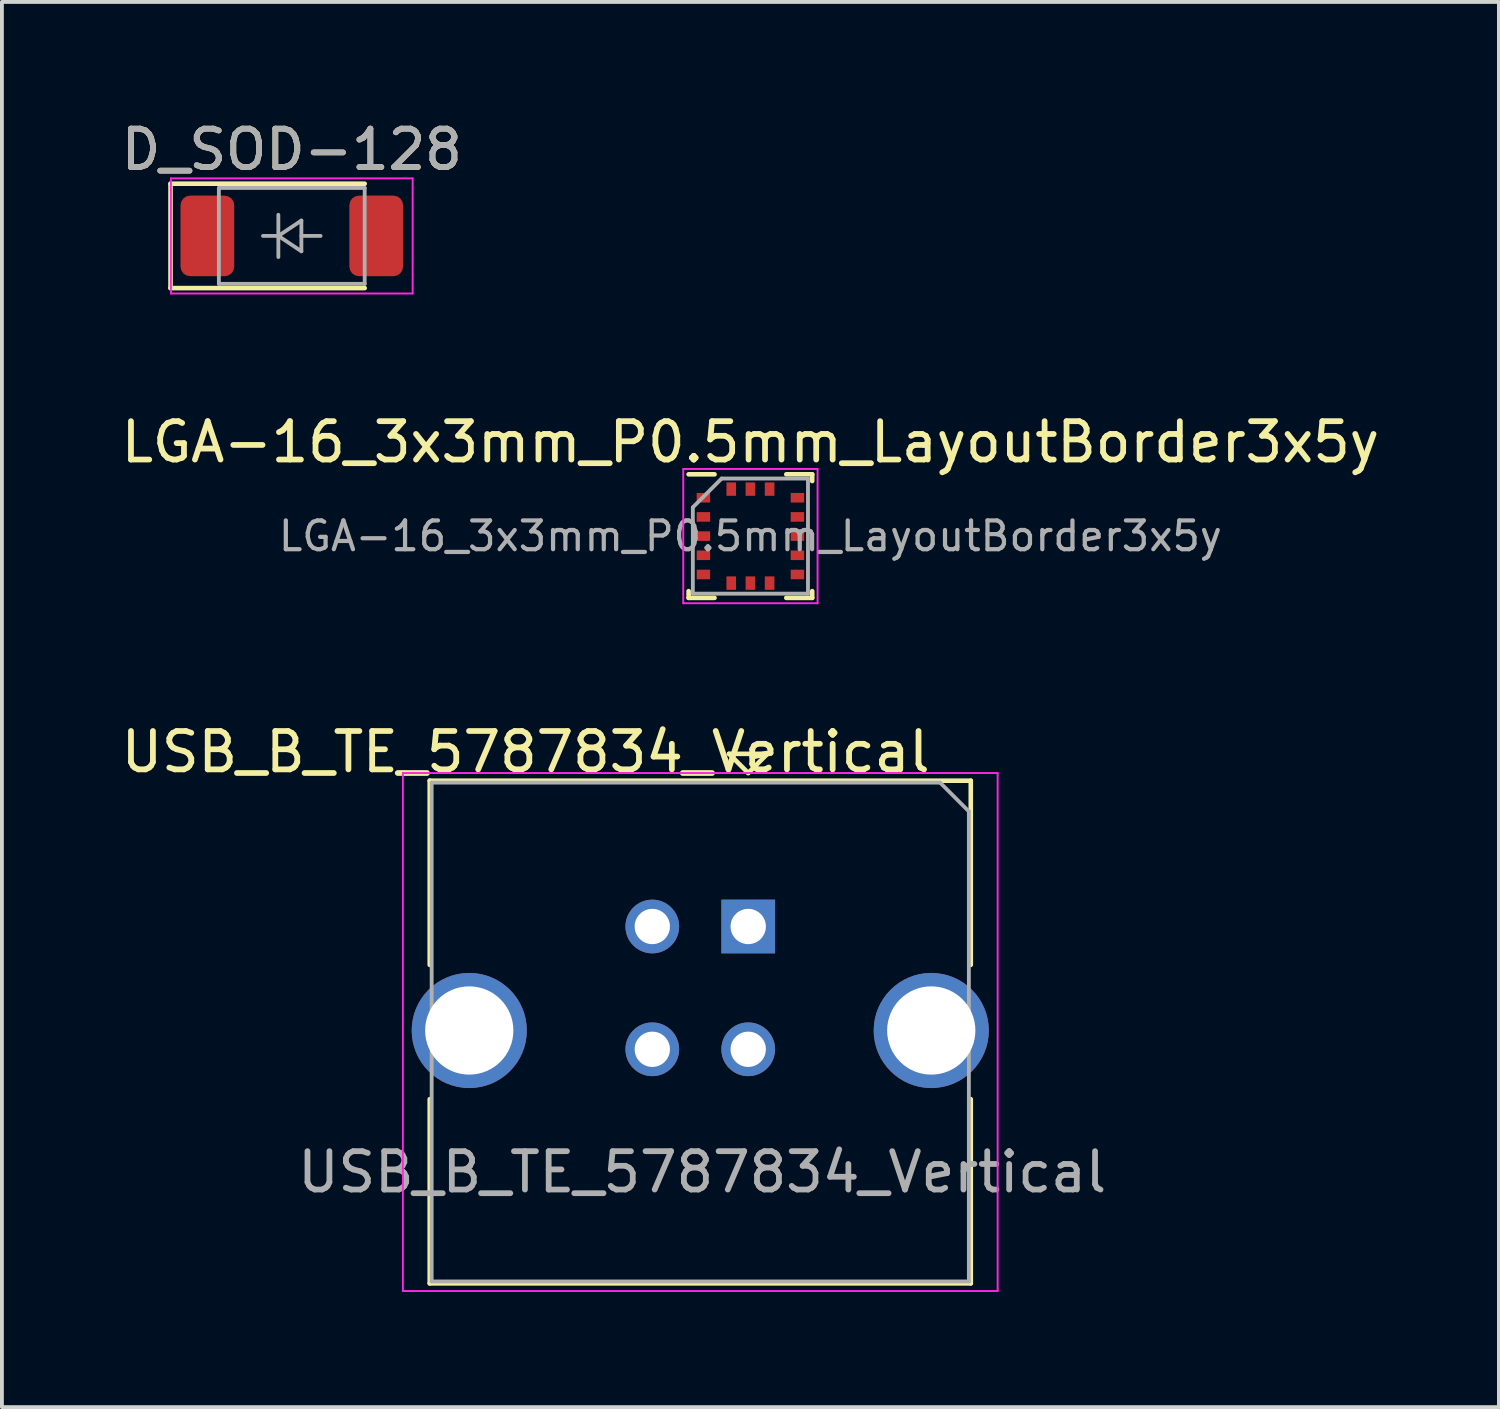
<source format=kicad_pcb>
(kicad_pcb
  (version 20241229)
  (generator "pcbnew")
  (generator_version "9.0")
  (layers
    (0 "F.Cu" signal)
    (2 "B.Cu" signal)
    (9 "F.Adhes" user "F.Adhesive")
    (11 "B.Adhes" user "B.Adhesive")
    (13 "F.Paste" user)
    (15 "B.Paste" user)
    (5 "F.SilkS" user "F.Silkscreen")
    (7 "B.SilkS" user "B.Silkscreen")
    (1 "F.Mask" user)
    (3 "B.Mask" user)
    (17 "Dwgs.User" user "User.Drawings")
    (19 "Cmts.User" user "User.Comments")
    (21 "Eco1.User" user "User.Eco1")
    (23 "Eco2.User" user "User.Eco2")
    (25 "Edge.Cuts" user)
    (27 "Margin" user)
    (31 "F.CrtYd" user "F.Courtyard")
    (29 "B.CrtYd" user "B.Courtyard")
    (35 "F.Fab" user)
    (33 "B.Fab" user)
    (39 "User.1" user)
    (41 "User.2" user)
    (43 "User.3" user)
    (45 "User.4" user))
  (footprint "LGA-16_3x3mm_P0.5mm_LayoutBorder3x5y"
    (layer "F.Cu")
    (at 16.506 10.921)
    (property "Reference" "LGA-16_3x3mm_P0.5mm_LayoutBorder3x5y" (at 0 -2.45 0) (layer "F.SilkS") (effects (font (size 1 1) (thickness 0.15))))
    (attr smd)
    (fp_line (start -1.61 1.61) (end -1.61 1.435) (stroke (width 0.12) (type solid)) (layer "F.SilkS"))
    (fp_line (start -0.935 -1.61) (end -1.61 -1.61) (stroke (width 0.12) (type solid)) (layer "F.SilkS"))
    (fp_line (start -0.935 1.61) (end -1.61 1.61) (stroke (width 0.12) (type solid)) (layer "F.SilkS"))
    (fp_line (start 0.935 -1.61) (end 1.61 -1.61) (stroke (width 0.12) (type solid)) (layer "F.SilkS"))
    (fp_line (start 0.935 1.61) (end 1.61 1.61) (stroke (width 0.12) (type solid)) (layer "F.SilkS"))
    (fp_line (start 1.61 -1.61) (end 1.61 -1.435) (stroke (width 0.12) (type solid)) (layer "F.SilkS"))
    (fp_line (start 1.61 1.61) (end 1.61 1.435) (stroke (width 0.12) (type solid)) (layer "F.SilkS"))
    (fp_line (start -1.75 -1.75) (end -1.75 1.75) (stroke (width 0.05) (type solid)) (layer "F.CrtYd"))
    (fp_line (start -1.75 1.75) (end 1.75 1.75) (stroke (width 0.05) (type solid)) (layer "F.CrtYd"))
    (fp_line (start 1.75 -1.75) (end -1.75 -1.75) (stroke (width 0.05) (type solid)) (layer "F.CrtYd"))
    (fp_line (start 1.75 1.75) (end 1.75 -1.75) (stroke (width 0.05) (type solid)) (layer "F.CrtYd"))
    (fp_line (start -1.5 -0.75) (end -0.75 -1.5) (stroke (width 0.1) (type solid)) (layer "F.Fab"))
    (fp_line (start -1.5 1.5) (end -1.5 -0.75) (stroke (width 0.1) (type solid)) (layer "F.Fab"))
    (fp_line (start -0.75 -1.5) (end 1.5 -1.5) (stroke (width 0.1) (type solid)) (layer "F.Fab"))
    (fp_line (start 1.5 -1.5) (end 1.5 1.5) (stroke (width 0.1) (type solid)) (layer "F.Fab"))
    (fp_line (start 1.5 1.5) (end -1.5 1.5) (stroke (width 0.1) (type solid)) (layer "F.Fab"))
    (fp_text user "${REFERENCE}" (at 0 0 0) (layer "F.Fab") (effects (font (size 0.75 0.75) (thickness 0.11))))
    (pad "1" smd rect (at -1.225 -1) (size 0.35 0.25) (layers "F.Cu" "F.Mask" "F.Paste"))
    (pad "2" smd rect (at -1.225 -0.5) (size 0.35 0.25) (layers "F.Cu" "F.Mask" "F.Paste"))
    (pad "3" smd rect (at -1.225 0) (size 0.35 0.25) (layers "F.Cu" "F.Mask" "F.Paste"))
    (pad "4" smd rect (at -1.225 0.5) (size 0.35 0.25) (layers "F.Cu" "F.Mask" "F.Paste"))
    (pad "5" smd rect (at -1.225 1) (size 0.35 0.25) (layers "F.Cu" "F.Mask" "F.Paste"))
    (pad "6" smd rect (at -0.5 1.225) (size 0.25 0.35) (layers "F.Cu" "F.Mask" "F.Paste"))
    (pad "7" smd rect (at 0 1.225) (size 0.25 0.35) (layers "F.Cu" "F.Mask" "F.Paste"))
    (pad "8" smd rect (at 0.5 1.225) (size 0.25 0.35) (layers "F.Cu" "F.Mask" "F.Paste"))
    (pad "9" smd rect (at 1.225 1) (size 0.35 0.25) (layers "F.Cu" "F.Mask" "F.Paste"))
    (pad "10" smd rect (at 1.225 0.5) (size 0.35 0.25) (layers "F.Cu" "F.Mask" "F.Paste"))
    (pad "11" smd rect (at 1.225 0) (size 0.35 0.25) (layers "F.Cu" "F.Mask" "F.Paste"))
    (pad "12" smd rect (at 1.225 -0.5) (size 0.35 0.25) (layers "F.Cu" "F.Mask" "F.Paste"))
    (pad "13" smd rect (at 1.225 -1) (size 0.35 0.25) (layers "F.Cu" "F.Mask" "F.Paste"))
    (pad "14" smd rect (at 0.5 -1.225) (size 0.25 0.35) (layers "F.Cu" "F.Mask" "F.Paste"))
    (pad "15" smd rect (at 0 -1.225) (size 0.25 0.35) (layers "F.Cu" "F.Mask" "F.Paste"))
    (pad "16" smd rect (at -0.5 -1.225) (size 0.25 0.35) (layers "F.Cu" "F.Mask" "F.Paste")))
  (footprint "USB_B_TE_5787834_Vertical"
    (layer "F.Cu")
    (at 16.449 21.095)
    (property "Reference" "USB_B_TE_5787834_Vertical" (at -5.8 -4.55 0) (layer "F.SilkS") (effects (font (size 1 1) (thickness 0.15))))
    (attr through_hole)
    (fp_line (start -8.3 -3.8) (end 5.8 -3.8) (stroke (width 0.12) (type solid)) (layer "F.SilkS"))
    (fp_line (start -8.3 1) (end -8.3 -3.8) (stroke (width 0.12) (type solid)) (layer "F.SilkS"))
    (fp_line (start -8.3 9.3) (end -8.3 4.5) (stroke (width 0.12) (type solid)) (layer "F.SilkS"))
    (fp_line (start -0.5 -4.5) (end 0 -4) (stroke (width 0.12) (type solid)) (layer "F.SilkS"))
    (fp_line (start 0 -4) (end 0.5 -4.5) (stroke (width 0.12) (type solid)) (layer "F.SilkS"))
    (fp_line (start 0.5 -4.5) (end -0.5 -4.5) (stroke (width 0.12) (type solid)) (layer "F.SilkS"))
    (fp_line (start 5.8 -3.8) (end 5.8 1) (stroke (width 0.12) (type solid)) (layer "F.SilkS"))
    (fp_line (start 5.8 4.5) (end 5.8 9.3) (stroke (width 0.12) (type solid)) (layer "F.SilkS"))
    (fp_line (start 5.8 9.3) (end -8.3 9.3) (stroke (width 0.12) (type solid)) (layer "F.SilkS"))
    (fp_line (start -9 -4) (end -9 9.5) (stroke (width 0.05) (type solid)) (layer "F.CrtYd"))
    (fp_line (start -9 -4) (end 6.5 -4) (stroke (width 0.05) (type solid)) (layer "F.CrtYd"))
    (fp_line (start 6.5 9.5) (end -9 9.5) (stroke (width 0.05) (type solid)) (layer "F.CrtYd"))
    (fp_line (start 6.5 9.5) (end 6.5 -4) (stroke (width 0.05) (type solid)) (layer "F.CrtYd"))
    (fp_line (start -8.25 -3.75) (end 5 -3.75) (stroke (width 0.1) (type solid)) (layer "F.Fab"))
    (fp_line (start -8.25 9.25) (end -8.25 -3.75) (stroke (width 0.1) (type solid)) (layer "F.Fab"))
    (fp_line (start 5 -3.75) (end 5.75 -3) (stroke (width 0.1) (type solid)) (layer "F.Fab"))
    (fp_line (start 5.75 -3) (end 5.75 9.25) (stroke (width 0.1) (type solid)) (layer "F.Fab"))
    (fp_line (start 5.75 9.25) (end -8.25 9.25) (stroke (width 0.1) (type solid)) (layer "F.Fab"))
    (fp_text user "${REFERENCE}" (at -1.2 6.4 0) (layer "F.Fab") (effects (font (size 1 1) (thickness 0.15))))
    (pad "1" thru_hole rect (at 0 0) (size 1.4 1.4) (drill 0.92) (layers "*.Cu" "*.Mask"))
    (pad "2" thru_hole circle (at -2.5 0) (size 1.4 1.4) (drill 0.92) (layers "*.Cu" "*.Mask"))
    (pad "3" thru_hole circle (at -2.5 3.2) (size 1.4 1.4) (drill 0.92) (layers "*.Cu" "*.Mask"))
    (pad "4" thru_hole circle (at 0 3.2) (size 1.4 1.4) (drill 0.92) (layers "*.Cu" "*.Mask"))
    (pad "5" thru_hole circle (at -7.27 2.71) (size 3 3) (drill 2.3) (layers "*.Cu" "*.Mask"))
    (pad "5" thru_hole circle (at 4.77 2.71) (size 3 3) (drill 2.3) (layers "*.Cu" "*.Mask")))
  (footprint "D_SOD-128"
    (layer "F.Cu")
    (at 4.554 3.098)
    (property "Reference" "D_SOD-128" (at 0 -2.25 0) (layer "F.SilkS") (effects (font (size 1 1) (thickness 0.15))))
    (attr smd)
    (fp_line (start -3.16 -1.36) (end -3.16 1.36) (stroke (width 0.12) (type solid)) (layer "F.SilkS"))
    (fp_line (start -3.16 -1.36) (end 1.9 -1.36) (stroke (width 0.12) (type solid)) (layer "F.SilkS"))
    (fp_line (start -3.16 1.36) (end 1.9 1.36) (stroke (width 0.12) (type solid)) (layer "F.SilkS"))
    (fp_line (start -3.15 -1.5) (end -3.15 1.5) (stroke (width 0.05) (type solid)) (layer "F.CrtYd"))
    (fp_line (start -3.15 -1.5) (end 3.15 -1.5) (stroke (width 0.05) (type solid)) (layer "F.CrtYd"))
    (fp_line (start 3.15 -1.5) (end 3.15 1.5) (stroke (width 0.05) (type solid)) (layer "F.CrtYd"))
    (fp_line (start 3.15 1.5) (end -3.15 1.5) (stroke (width 0.05) (type solid)) (layer "F.CrtYd"))
    (fp_line (start -1.9 -1.25) (end 1.9 -1.25) (stroke (width 0.1) (type solid)) (layer "F.Fab"))
    (fp_line (start -1.9 1.25) (end -1.9 -1.25) (stroke (width 0.1) (type solid)) (layer "F.Fab"))
    (fp_line (start -0.75 0) (end -0.35 0) (stroke (width 0.1) (type solid)) (layer "F.Fab"))
    (fp_line (start -0.35 0) (end -0.35 -0.55) (stroke (width 0.1) (type solid)) (layer "F.Fab"))
    (fp_line (start -0.35 0) (end -0.35 0.55) (stroke (width 0.1) (type solid)) (layer "F.Fab"))
    (fp_line (start -0.35 0) (end 0.25 -0.4) (stroke (width 0.1) (type solid)) (layer "F.Fab"))
    (fp_line (start 0.25 -0.4) (end 0.25 0.4) (stroke (width 0.1) (type solid)) (layer "F.Fab"))
    (fp_line (start 0.25 0) (end 0.75 0) (stroke (width 0.1) (type solid)) (layer "F.Fab"))
    (fp_line (start 0.25 0.4) (end -0.35 0) (stroke (width 0.1) (type solid)) (layer "F.Fab"))
    (fp_line (start 1.9 -1.25) (end 1.9 1.25) (stroke (width 0.1) (type solid)) (layer "F.Fab"))
    (fp_line (start 1.9 1.25) (end -1.9 1.25) (stroke (width 0.1) (type solid)) (layer "F.Fab"))
    (fp_text user "${REFERENCE}" (at 0 -2.25 0) (layer "F.Fab") (effects (font (size 1 1) (thickness 0.15))))
    (pad "1" smd roundrect (at -2.2 0) (size 1.4 2.1) (layers "F.Cu" "F.Mask" "F.Paste") (roundrect_rratio 0.179))
    (pad "2" smd roundrect (at 2.2 0) (size 1.4 2.1) (layers "F.Cu" "F.Mask" "F.Paste") (roundrect_rratio 0.179)))
  (gr_rect
    (start -3 -3)
    (end 36.012 33.62)
    (stroke (width 0.1) (type default))
    (fill no)
    (layer "Edge.Cuts")))
</source>
